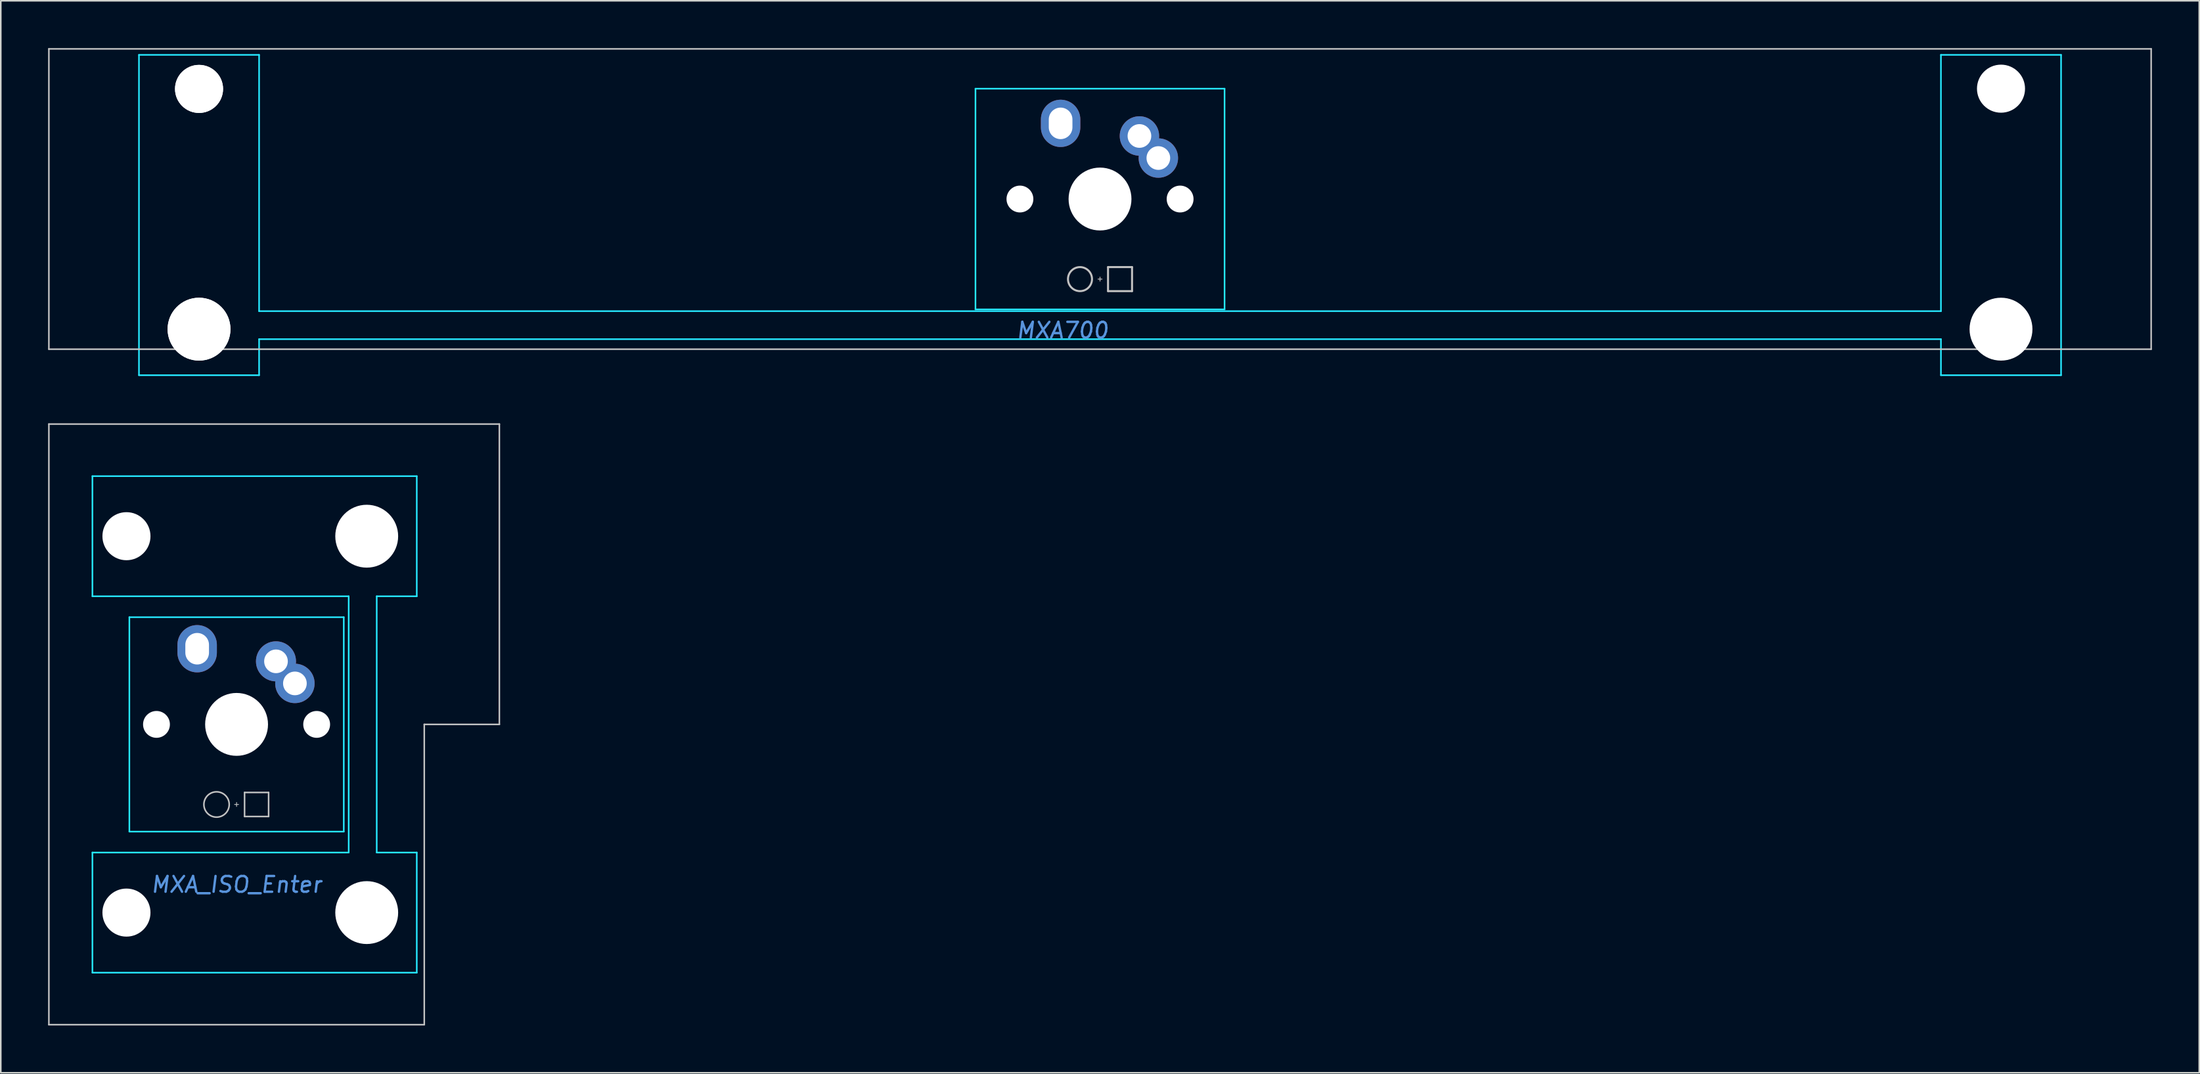
<source format=kicad_pcb>
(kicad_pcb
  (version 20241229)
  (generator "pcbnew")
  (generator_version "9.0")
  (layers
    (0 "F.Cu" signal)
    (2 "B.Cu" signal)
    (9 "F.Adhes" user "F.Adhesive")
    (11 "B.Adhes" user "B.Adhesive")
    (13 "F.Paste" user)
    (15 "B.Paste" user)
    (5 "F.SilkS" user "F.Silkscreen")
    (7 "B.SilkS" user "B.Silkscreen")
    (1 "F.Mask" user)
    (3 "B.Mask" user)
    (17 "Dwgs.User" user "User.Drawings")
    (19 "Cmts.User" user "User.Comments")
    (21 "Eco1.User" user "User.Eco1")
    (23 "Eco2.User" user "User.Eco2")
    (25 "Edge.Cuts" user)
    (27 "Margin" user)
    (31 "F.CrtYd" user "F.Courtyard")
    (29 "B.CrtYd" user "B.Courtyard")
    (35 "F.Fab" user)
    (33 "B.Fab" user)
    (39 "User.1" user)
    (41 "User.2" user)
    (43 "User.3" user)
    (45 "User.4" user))
  (footprint "MXA_ISO_Enter"
    (layer "F.Cu")
    (at 11.956 42.901)
    (property "Reference" "MXA_ISO_Enter" (at 0 10.16 0) (layer "Cmts.User") (effects (font (size 1 1) (thickness 0.15) (italic yes))))
    (attr through_hole)
    (fp_line (start -11.906 19.05) (end -11.906 -19.05) (stroke (width 0.1) (type solid)) (layer "Dwgs.User"))
    (fp_line (start -0.127 5.08) (end 0.127 5.08) (stroke (width 0.05) (type solid)) (layer "Dwgs.User"))
    (fp_line (start 0 5.207) (end 0 4.953) (stroke (width 0.05) (type solid)) (layer "Dwgs.User"))
    (fp_line (start 0.508 4.318) (end 0.508 5.842) (stroke (width 0.1) (type solid)) (layer "Dwgs.User"))
    (fp_line (start 0.508 4.318) (end 2.032 4.318) (stroke (width 0.1) (type solid)) (layer "Dwgs.User"))
    (fp_line (start 0.508 5.842) (end 2.032 5.842) (stroke (width 0.1) (type solid)) (layer "Dwgs.User"))
    (fp_line (start 2.032 5.842) (end 2.032 4.318) (stroke (width 0.1) (type solid)) (layer "Dwgs.User"))
    (fp_line (start 11.906 19.05) (end -11.906 19.05) (stroke (width 0.1) (type solid)) (layer "Dwgs.User"))
    (fp_line (start 11.906 19.05) (end 11.906 0) (stroke (width 0.1) (type solid)) (layer "Dwgs.User"))
    (fp_line (start 16.669 -19.05) (end -11.906 -19.05) (stroke (width 0.1) (type solid)) (layer "Dwgs.User"))
    (fp_line (start 16.669 0) (end 11.906 0) (stroke (width 0.1) (type solid)) (layer "Dwgs.User"))
    (fp_line (start 16.669 0) (end 16.669 -19.05) (stroke (width 0.1) (type solid)) (layer "Dwgs.User"))
    (fp_circle (center -1.27 5.08) (end -0.467 5.08) (stroke (width 0.1) (type solid)) (fill no) (layer "Dwgs.User"))
    (fp_line (start -9.144 -15.748) (end 11.43 -15.748) (stroke (width 0.1) (type solid)) (layer "B.CrtYd"))
    (fp_line (start -9.144 -8.128) (end -9.144 -15.748) (stroke (width 0.1) (type solid)) (layer "B.CrtYd"))
    (fp_line (start -9.144 -8.128) (end 7.112 -8.128) (stroke (width 0.1) (type solid)) (layer "B.CrtYd"))
    (fp_line (start -9.144 8.128) (end 7.112 8.128) (stroke (width 0.1) (type solid)) (layer "B.CrtYd"))
    (fp_line (start -9.144 15.748) (end -9.144 8.128) (stroke (width 0.1) (type solid)) (layer "B.CrtYd"))
    (fp_line (start -6.8 6.8) (end -6.8 -6.8) (stroke (width 0.1) (type solid)) (layer "B.CrtYd"))
    (fp_line (start 6.8 -6.8) (end -6.8 -6.8) (stroke (width 0.1) (type solid)) (layer "B.CrtYd"))
    (fp_line (start 6.8 6.8) (end -6.8 6.8) (stroke (width 0.1) (type solid)) (layer "B.CrtYd"))
    (fp_line (start 6.8 6.8) (end 6.8 -6.8) (stroke (width 0.1) (type solid)) (layer "B.CrtYd"))
    (fp_line (start 7.112 8.128) (end 7.112 -8.128) (stroke (width 0.1) (type solid)) (layer "B.CrtYd"))
    (fp_line (start 8.89 8.128) (end 8.89 -8.128) (stroke (width 0.1) (type solid)) (layer "B.CrtYd"))
    (fp_line (start 11.43 -15.748) (end 11.43 -8.128) (stroke (width 0.1) (type solid)) (layer "B.CrtYd"))
    (fp_line (start 11.43 -8.128) (end 8.89 -8.128) (stroke (width 0.1) (type solid)) (layer "B.CrtYd"))
    (fp_line (start 11.43 8.128) (end 8.89 8.128) (stroke (width 0.1) (type solid)) (layer "B.CrtYd"))
    (fp_line (start 11.43 8.128) (end 11.43 15.748) (stroke (width 0.1) (type solid)) (layer "B.CrtYd"))
    (fp_line (start 11.43 15.748) (end -9.144 15.748) (stroke (width 0.1) (type solid)) (layer "B.CrtYd"))
    (pad "" np_thru_hole circle (at -6.985 -11.938 90) (size 3.048 3.048) (drill 3.048) (layers "*.Cu" "*.Mask"))
    (pad "" np_thru_hole circle (at -6.985 11.938 90) (size 3.048 3.048) (drill 3.048) (layers "*.Cu" "*.Mask"))
    (pad "" np_thru_hole circle (at -5.08 0) (size 1.702 1.702) (drill 1.702) (layers "*.Cu" "*.Mask"))
    (pad "" np_thru_hole circle (at 0 0) (size 3.988 3.988) (drill 3.988) (layers "*.Cu" "*.Mask"))
    (pad "" connect circle (at 3.81 -2.54) (size 1.524 1.524) (layers "B.Mask"))
    (pad "" np_thru_hole circle (at 5.08 0) (size 1.702 1.702) (drill 1.702) (layers "*.Cu" "*.Mask"))
    (pad "" np_thru_hole circle (at 8.255 -11.938 90) (size 3.988 3.988) (drill 3.988) (layers "*.Cu" "*.Mask"))
    (pad "" np_thru_hole circle (at 8.255 11.938 90) (size 3.988 3.988) (drill 3.988) (layers "*.Cu" "*.Mask"))
    (pad "1" thru_hole oval (at -2.5 -4.8) (size 2.5 3) (drill oval 1.5 2) (layers "*.Cu" "*.Mask"))
    (pad "2" thru_hole circle (at 2.5 -4) (size 2.54 2.54) (drill 1.5) (layers "*.Cu" "F.Mask"))
    (pad "2" thru_hole circle (at 3.7 -2.6) (size 2.5 2.5) (drill 1.5) (layers "*.Cu" "F.Mask")))
  (footprint "MXA700"
    (layer "F.Cu")
    (at 66.725 9.575)
    (property "Reference" "MXA700" (at -2.381 8.334 0) (layer "Cmts.User") (effects (font (size 1 1) (thickness 0.15) (italic yes))))
    (attr through_hole)
    (fp_line (start -66.675 -9.525) (end -66.675 9.525) (stroke (width 0.1) (type solid)) (layer "Dwgs.User"))
    (fp_line (start -66.675 -9.525) (end 66.675 -9.525) (stroke (width 0.1) (type solid)) (layer "Dwgs.User"))
    (fp_line (start -66.675 9.525) (end 66.675 9.525) (stroke (width 0.1) (type solid)) (layer "Dwgs.User"))
    (fp_line (start -0.127 5.08) (end 0.127 5.08) (stroke (width 0.051) (type solid)) (layer "Dwgs.User"))
    (fp_line (start 0 5.207) (end 0 4.953) (stroke (width 0.051) (type solid)) (layer "Dwgs.User"))
    (fp_line (start 0.508 4.318) (end 0.508 5.842) (stroke (width 0.127) (type solid)) (layer "Dwgs.User"))
    (fp_line (start 0.508 4.318) (end 2.032 4.318) (stroke (width 0.127) (type solid)) (layer "Dwgs.User"))
    (fp_line (start 0.508 5.842) (end 2.032 5.842) (stroke (width 0.127) (type solid)) (layer "Dwgs.User"))
    (fp_line (start 2.032 5.842) (end 2.032 4.318) (stroke (width 0.127) (type solid)) (layer "Dwgs.User"))
    (fp_line (start 66.675 -9.525) (end 66.675 9.525) (stroke (width 0.1) (type solid)) (layer "Dwgs.User"))
    (fp_circle (center -1.27 5.08) (end -0.508 5.08) (stroke (width 0.127) (type solid)) (fill no) (layer "Dwgs.User"))
    (fp_line (start -60.96 -9.144) (end -60.96 11.176) (stroke (width 0.1) (type solid)) (layer "B.CrtYd"))
    (fp_line (start -60.96 -9.144) (end -53.34 -9.144) (stroke (width 0.1) (type solid)) (layer "B.CrtYd"))
    (fp_line (start -60.96 11.176) (end -53.34 11.176) (stroke (width 0.1) (type solid)) (layer "B.CrtYd"))
    (fp_line (start -53.34 7.112) (end -53.34 -9.144) (stroke (width 0.1) (type solid)) (layer "B.CrtYd"))
    (fp_line (start -53.34 7.112) (end 53.34 7.112) (stroke (width 0.1) (type solid)) (layer "B.CrtYd"))
    (fp_line (start -53.34 8.89) (end -53.34 11.176) (stroke (width 0.1) (type solid)) (layer "B.CrtYd"))
    (fp_line (start -53.34 8.89) (end 53.34 8.89) (stroke (width 0.1) (type solid)) (layer "B.CrtYd"))
    (fp_line (start -7.9 -7) (end 7.9 -7) (stroke (width 0.1) (type solid)) (layer "B.CrtYd"))
    (fp_line (start -7.9 7) (end -7.9 -7) (stroke (width 0.1) (type solid)) (layer "B.CrtYd"))
    (fp_line (start -7.9 7) (end 7.9 7) (stroke (width 0.1) (type solid)) (layer "B.CrtYd"))
    (fp_line (start 7.9 7) (end 7.9 -7) (stroke (width 0.1) (type solid)) (layer "B.CrtYd"))
    (fp_line (start 53.34 -9.144) (end 60.96 -9.144) (stroke (width 0.1) (type solid)) (layer "B.CrtYd"))
    (fp_line (start 53.34 7.112) (end 53.34 -9.144) (stroke (width 0.1) (type solid)) (layer "B.CrtYd"))
    (fp_line (start 53.34 8.89) (end 53.34 11.176) (stroke (width 0.1) (type solid)) (layer "B.CrtYd"))
    (fp_line (start 53.34 11.176) (end 60.96 11.176) (stroke (width 0.1) (type solid)) (layer "B.CrtYd"))
    (fp_line (start 60.96 -9.144) (end 60.96 11.176) (stroke (width 0.1) (type solid)) (layer "B.CrtYd"))
    (pad "" np_thru_hole circle (at -57.15 -6.985 180) (size 3.048 3.048) (drill 3.048) (layers "*.Cu" "*.Mask"))
    (pad "" np_thru_hole circle (at -57.15 -6.985 180) (size 3.048 3.048) (drill 3.048) (layers "*.Cu" "*.Mask"))
    (pad "" np_thru_hole circle (at -57.15 8.255 180) (size 3.988 3.988) (drill 3.988) (layers "*.Cu" "*.Mask"))
    (pad "" np_thru_hole circle (at -57.15 8.255 180) (size 3.988 3.988) (drill 3.988) (layers "*.Cu" "*.Mask"))
    (pad "" np_thru_hole circle (at -5.08 0) (size 1.702 1.702) (drill 1.702) (layers "*.Cu" "*.Mask"))
    (pad "" np_thru_hole circle (at 0 0) (size 3.988 3.988) (drill 3.988) (layers "*.Cu" "*.Mask"))
    (pad "" np_thru_hole circle (at 5.08 0) (size 1.702 1.702) (drill 1.702) (layers "*.Cu" "*.Mask"))
    (pad "" np_thru_hole circle (at 57.15 -7 180) (size 3.048 3.048) (drill 3.048) (layers "*.Cu" "*.Mask"))
    (pad "" np_thru_hole circle (at 57.15 8.255 180) (size 3.988 3.988) (drill 3.988) (layers "*.Cu" "*.Mask"))
    (pad "1" thru_hole oval (at -2.5 -4.8) (size 2.5 3) (drill oval 1.5 2) (layers "*.Cu" "*.Mask"))
    (pad "2" thru_hole circle (at 2.5 -4) (size 2.5 2.5) (drill 1.5) (layers "*.Cu" "*.Mask"))
    (pad "2" thru_hole circle (at 3.7 -2.6) (size 2.5 2.5) (drill 1.5) (layers "*.Cu" "*.Mask")))
  (gr_rect
    (start -3 -3)
    (end 136.45 65.001)
    (stroke (width 0.1) (type default))
    (fill no)
    (layer "Edge.Cuts")))
</source>
